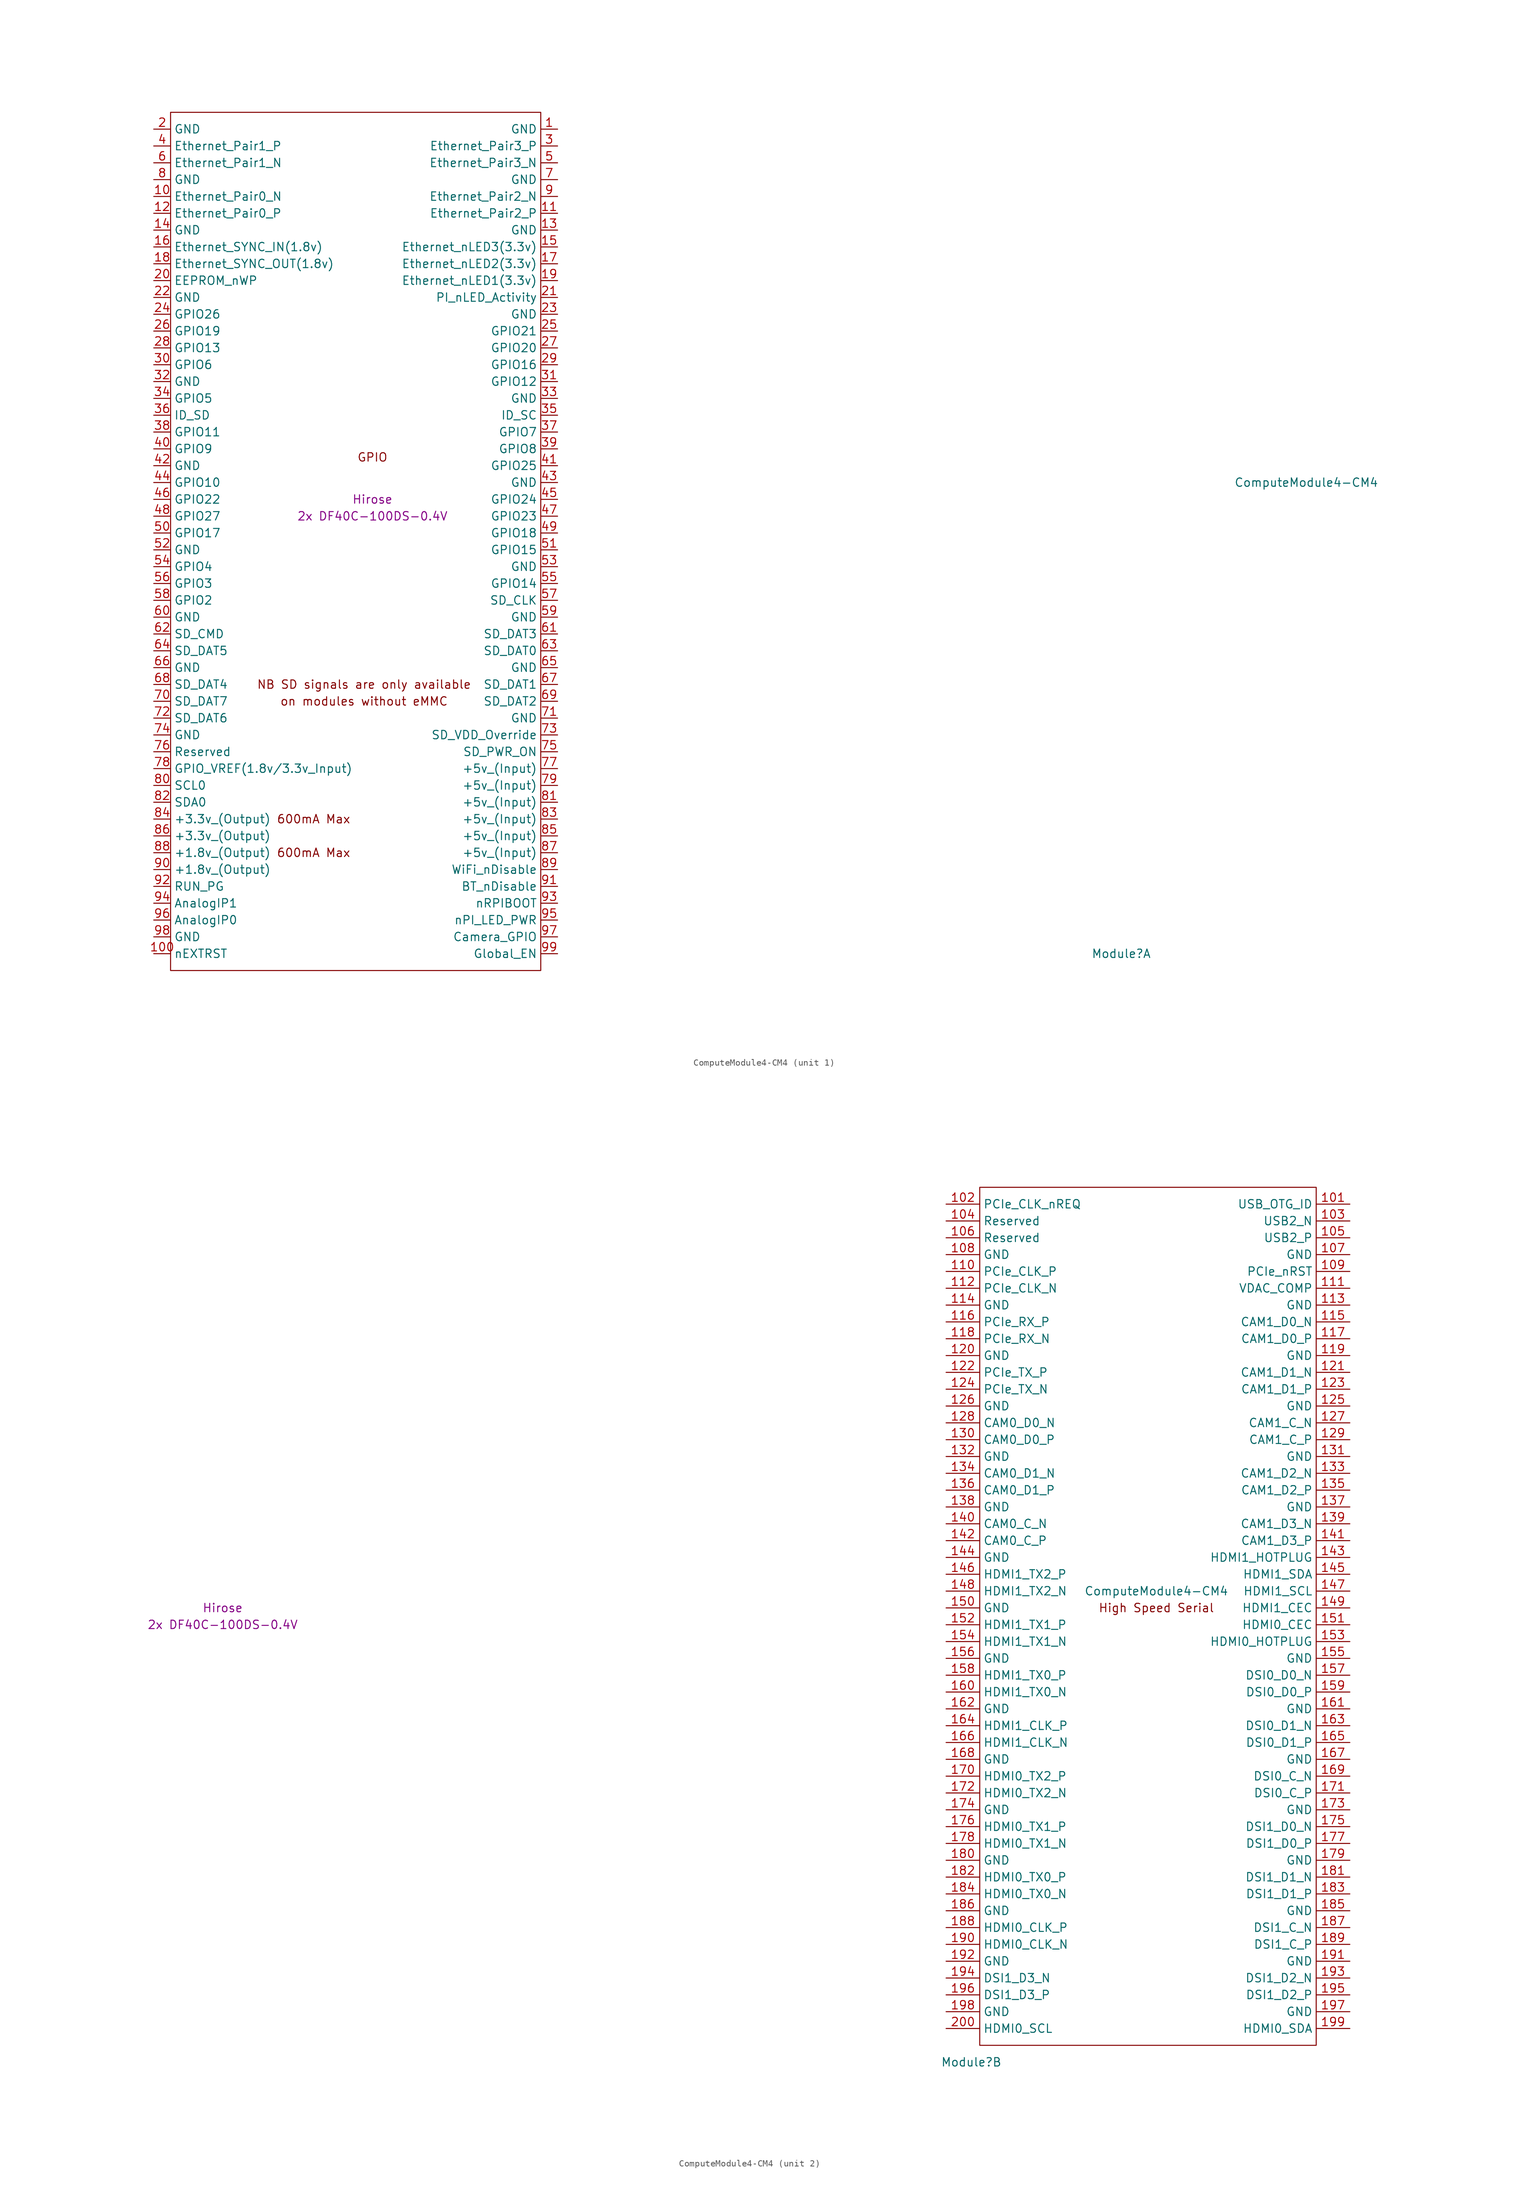
<source format=kicad_sym>
(kicad_symbol_lib
  (version 20201005)
  (generator kicad_symbol_editor)
  (symbol "CM4IO:ComputeModule4-CM4"
    (property "Reference" "Module"
      (at 113.03 -68.58 0)
      (effects (font (size 1.27 1.27))))
    (property "Value" "ComputeModule4-CM4"
      (at 140.97 2.54 0)
      (effects (font (size 1.27 1.27))))
    (property "Field4" "Hirose"
      (at 0 0 0)
      (effects (font (size 1.27 1.27))))
    (property "Field5" "2x DF40C-100DS-0.4V"
      (at 0 -2.54 0)
      (effects (font (size 1.27 1.27))))
    (symbol "ComputeModule4-CM4_1_0"
      (text "GPIO" (at 0 6.35 0) (effects (font (size 1.27 1.27)))))
    (symbol "ComputeModule4-CM4_1_1"
      (text "600mA Max" (at -8.89 -53.34 0) (effects (font (size 1.27 1.27))))
      (text "600mA Max" (at -8.89 -48.26 0) (effects (font (size 1.27 1.27))))
      (text "NB SD signals are only available" (at -1.27 -27.94 0) (effects (font (size 1.27 1.27))))
      (text "on modules without eMMC" (at -1.27 -30.48 0) (effects (font (size 1.27 1.27))))
      (rectangle (start -30.48 -71.12) (end 25.4 58.42) (stroke (width 0)) (fill (type none)))
      (pin power_in line (at 27.94 55.88 180) (length 2.54) (name "GND" (effects (font (size 1.27 1.27)))) (number "1" (effects (font (size 1.27 1.27)))))
      (pin passive line (at -33.02 45.72 0) (length 2.54) (name "Ethernet_Pair0_N" (effects (font (size 1.27 1.27)))) (number "10" (effects (font (size 1.27 1.27)))))
      (pin output line (at -33.02 -68.58 0) (length 2.54) (name "nEXTRST" (effects (font (size 1.27 1.27)))) (number "100" (effects (font (size 1.27 1.27)))))
      (pin passive line (at 27.94 43.18 180) (length 2.54) (name "Ethernet_Pair2_P" (effects (font (size 1.27 1.27)))) (number "11" (effects (font (size 1.27 1.27)))))
      (pin passive line (at -33.02 43.18 0) (length 2.54) (name "Ethernet_Pair0_P" (effects (font (size 1.27 1.27)))) (number "12" (effects (font (size 1.27 1.27)))))
      (pin power_in line (at 27.94 40.64 180) (length 2.54) (name "GND" (effects (font (size 1.27 1.27)))) (number "13" (effects (font (size 1.27 1.27)))))
      (pin power_in line (at -33.02 40.64 0) (length 2.54) (name "GND" (effects (font (size 1.27 1.27)))) (number "14" (effects (font (size 1.27 1.27)))))
      (pin output line (at 27.94 38.1 180) (length 2.54) (name "Ethernet_nLED3(3.3v)" (effects (font (size 1.27 1.27)))) (number "15" (effects (font (size 1.27 1.27)))))
      (pin input line (at -33.02 38.1 0) (length 2.54) (name "Ethernet_SYNC_IN(1.8v)" (effects (font (size 1.27 1.27)))) (number "16" (effects (font (size 1.27 1.27)))))
      (pin output line (at 27.94 35.56 180) (length 2.54) (name "Ethernet_nLED2(3.3v)" (effects (font (size 1.27 1.27)))) (number "17" (effects (font (size 1.27 1.27)))))
      (pin input line (at -33.02 35.56 0) (length 2.54) (name "Ethernet_SYNC_OUT(1.8v)" (effects (font (size 1.27 1.27)))) (number "18" (effects (font (size 1.27 1.27)))))
      (pin output line (at 27.94 33.02 180) (length 2.54) (name "Ethernet_nLED1(3.3v)" (effects (font (size 1.27 1.27)))) (number "19" (effects (font (size 1.27 1.27)))))
      (pin power_in line (at -33.02 55.88 0) (length 2.54) (name "GND" (effects (font (size 1.27 1.27)))) (number "2" (effects (font (size 1.27 1.27)))))
      (pin passive line (at -33.02 33.02 0) (length 2.54) (name "EEPROM_nWP" (effects (font (size 1.27 1.27)))) (number "20" (effects (font (size 1.27 1.27)))))
      (pin open_collector line (at 27.94 30.48 180) (length 2.54) (name "PI_nLED_Activity" (effects (font (size 1.27 1.27)))) (number "21" (effects (font (size 1.27 1.27)))))
      (pin power_in line (at -33.02 30.48 0) (length 2.54) (name "GND" (effects (font (size 1.27 1.27)))) (number "22" (effects (font (size 1.27 1.27)))))
      (pin power_in line (at 27.94 27.94 180) (length 2.54) (name "GND" (effects (font (size 1.27 1.27)))) (number "23" (effects (font (size 1.27 1.27)))))
      (pin passive line (at -33.02 27.94 0) (length 2.54) (name "GPIO26" (effects (font (size 1.27 1.27)))) (number "24" (effects (font (size 1.27 1.27)))))
      (pin passive line (at 27.94 25.4 180) (length 2.54) (name "GPIO21" (effects (font (size 1.27 1.27)))) (number "25" (effects (font (size 1.27 1.27)))))
      (pin passive line (at -33.02 25.4 0) (length 2.54) (name "GPIO19" (effects (font (size 1.27 1.27)))) (number "26" (effects (font (size 1.27 1.27)))))
      (pin passive line (at 27.94 22.86 180) (length 2.54) (name "GPIO20" (effects (font (size 1.27 1.27)))) (number "27" (effects (font (size 1.27 1.27)))))
      (pin passive line (at -33.02 22.86 0) (length 2.54) (name "GPIO13" (effects (font (size 1.27 1.27)))) (number "28" (effects (font (size 1.27 1.27)))))
      (pin passive line (at 27.94 20.32 180) (length 2.54) (name "GPIO16" (effects (font (size 1.27 1.27)))) (number "29" (effects (font (size 1.27 1.27)))))
      (pin passive line (at 27.94 53.34 180) (length 2.54) (name "Ethernet_Pair3_P" (effects (font (size 1.27 1.27)))) (number "3" (effects (font (size 1.27 1.27)))))
      (pin passive line (at -33.02 20.32 0) (length 2.54) (name "GPIO6" (effects (font (size 1.27 1.27)))) (number "30" (effects (font (size 1.27 1.27)))))
      (pin passive line (at 27.94 17.78 180) (length 2.54) (name "GPIO12" (effects (font (size 1.27 1.27)))) (number "31" (effects (font (size 1.27 1.27)))))
      (pin power_in line (at -33.02 17.78 0) (length 2.54) (name "GND" (effects (font (size 1.27 1.27)))) (number "32" (effects (font (size 1.27 1.27)))))
      (pin power_in line (at 27.94 15.24 180) (length 2.54) (name "GND" (effects (font (size 1.27 1.27)))) (number "33" (effects (font (size 1.27 1.27)))))
      (pin passive line (at -33.02 15.24 0) (length 2.54) (name "GPIO5" (effects (font (size 1.27 1.27)))) (number "34" (effects (font (size 1.27 1.27)))))
      (pin passive line (at 27.94 12.7 180) (length 2.54) (name "ID_SC" (effects (font (size 1.27 1.27)))) (number "35" (effects (font (size 1.27 1.27)))))
      (pin passive line (at -33.02 12.7 0) (length 2.54) (name "ID_SD" (effects (font (size 1.27 1.27)))) (number "36" (effects (font (size 1.27 1.27)))))
      (pin passive line (at 27.94 10.16 180) (length 2.54) (name "GPIO7" (effects (font (size 1.27 1.27)))) (number "37" (effects (font (size 1.27 1.27)))))
      (pin passive line (at -33.02 10.16 0) (length 2.54) (name "GPIO11" (effects (font (size 1.27 1.27)))) (number "38" (effects (font (size 1.27 1.27)))))
      (pin passive line (at 27.94 7.62 180) (length 2.54) (name "GPIO8" (effects (font (size 1.27 1.27)))) (number "39" (effects (font (size 1.27 1.27)))))
      (pin passive line (at -33.02 53.34 0) (length 2.54) (name "Ethernet_Pair1_P" (effects (font (size 1.27 1.27)))) (number "4" (effects (font (size 1.27 1.27)))))
      (pin passive line (at -33.02 7.62 0) (length 2.54) (name "GPIO9" (effects (font (size 1.27 1.27)))) (number "40" (effects (font (size 1.27 1.27)))))
      (pin passive line (at 27.94 5.08 180) (length 2.54) (name "GPIO25" (effects (font (size 1.27 1.27)))) (number "41" (effects (font (size 1.27 1.27)))))
      (pin power_in line (at -33.02 5.08 0) (length 2.54) (name "GND" (effects (font (size 1.27 1.27)))) (number "42" (effects (font (size 1.27 1.27)))))
      (pin power_in line (at 27.94 2.54 180) (length 2.54) (name "GND" (effects (font (size 1.27 1.27)))) (number "43" (effects (font (size 1.27 1.27)))))
      (pin passive line (at -33.02 2.54 0) (length 2.54) (name "GPIO10" (effects (font (size 1.27 1.27)))) (number "44" (effects (font (size 1.27 1.27)))))
      (pin passive line (at 27.94 0 180) (length 2.54) (name "GPIO24" (effects (font (size 1.27 1.27)))) (number "45" (effects (font (size 1.27 1.27)))))
      (pin passive line (at -33.02 0 0) (length 2.54) (name "GPIO22" (effects (font (size 1.27 1.27)))) (number "46" (effects (font (size 1.27 1.27)))))
      (pin passive line (at 27.94 -2.54 180) (length 2.54) (name "GPIO23" (effects (font (size 1.27 1.27)))) (number "47" (effects (font (size 1.27 1.27)))))
      (pin passive line (at -33.02 -2.54 0) (length 2.54) (name "GPIO27" (effects (font (size 1.27 1.27)))) (number "48" (effects (font (size 1.27 1.27)))))
      (pin passive line (at 27.94 -5.08 180) (length 2.54) (name "GPIO18" (effects (font (size 1.27 1.27)))) (number "49" (effects (font (size 1.27 1.27)))))
      (pin passive line (at 27.94 50.8 180) (length 2.54) (name "Ethernet_Pair3_N" (effects (font (size 1.27 1.27)))) (number "5" (effects (font (size 1.27 1.27)))))
      (pin passive line (at -33.02 -5.08 0) (length 2.54) (name "GPIO17" (effects (font (size 1.27 1.27)))) (number "50" (effects (font (size 1.27 1.27)))))
      (pin passive line (at 27.94 -7.62 180) (length 2.54) (name "GPIO15" (effects (font (size 1.27 1.27)))) (number "51" (effects (font (size 1.27 1.27)))))
      (pin power_in line (at -33.02 -7.62 0) (length 2.54) (name "GND" (effects (font (size 1.27 1.27)))) (number "52" (effects (font (size 1.27 1.27)))))
      (pin power_in line (at 27.94 -10.16 180) (length 2.54) (name "GND" (effects (font (size 1.27 1.27)))) (number "53" (effects (font (size 1.27 1.27)))))
      (pin passive line (at -33.02 -10.16 0) (length 2.54) (name "GPIO4" (effects (font (size 1.27 1.27)))) (number "54" (effects (font (size 1.27 1.27)))))
      (pin passive line (at 27.94 -12.7 180) (length 2.54) (name "GPIO14" (effects (font (size 1.27 1.27)))) (number "55" (effects (font (size 1.27 1.27)))))
      (pin passive line (at -33.02 -12.7 0) (length 2.54) (name "GPIO3" (effects (font (size 1.27 1.27)))) (number "56" (effects (font (size 1.27 1.27)))))
      (pin passive line (at 27.94 -15.24 180) (length 2.54) (name "SD_CLK" (effects (font (size 1.27 1.27)))) (number "57" (effects (font (size 1.27 1.27)))))
      (pin passive line (at -33.02 -15.24 0) (length 2.54) (name "GPIO2" (effects (font (size 1.27 1.27)))) (number "58" (effects (font (size 1.27 1.27)))))
      (pin power_in line (at 27.94 -17.78 180) (length 2.54) (name "GND" (effects (font (size 1.27 1.27)))) (number "59" (effects (font (size 1.27 1.27)))))
      (pin passive line (at -33.02 50.8 0) (length 2.54) (name "Ethernet_Pair1_N" (effects (font (size 1.27 1.27)))) (number "6" (effects (font (size 1.27 1.27)))))
      (pin power_in line (at -33.02 -17.78 0) (length 2.54) (name "GND" (effects (font (size 1.27 1.27)))) (number "60" (effects (font (size 1.27 1.27)))))
      (pin passive line (at 27.94 -20.32 180) (length 2.54) (name "SD_DAT3" (effects (font (size 1.27 1.27)))) (number "61" (effects (font (size 1.27 1.27)))))
      (pin passive line (at -33.02 -20.32 0) (length 2.54) (name "SD_CMD" (effects (font (size 1.27 1.27)))) (number "62" (effects (font (size 1.27 1.27)))))
      (pin passive line (at 27.94 -22.86 180) (length 2.54) (name "SD_DAT0" (effects (font (size 1.27 1.27)))) (number "63" (effects (font (size 1.27 1.27)))))
      (pin passive line (at -33.02 -22.86 0) (length 2.54) (name "SD_DAT5" (effects (font (size 1.27 1.27)))) (number "64" (effects (font (size 1.27 1.27)))))
      (pin power_in line (at 27.94 -25.4 180) (length 2.54) (name "GND" (effects (font (size 1.27 1.27)))) (number "65" (effects (font (size 1.27 1.27)))))
      (pin power_in line (at -33.02 -25.4 0) (length 2.54) (name "GND" (effects (font (size 1.27 1.27)))) (number "66" (effects (font (size 1.27 1.27)))))
      (pin passive line (at 27.94 -27.94 180) (length 2.54) (name "SD_DAT1" (effects (font (size 1.27 1.27)))) (number "67" (effects (font (size 1.27 1.27)))))
      (pin passive line (at -33.02 -27.94 0) (length 2.54) (name "SD_DAT4" (effects (font (size 1.27 1.27)))) (number "68" (effects (font (size 1.27 1.27)))))
      (pin passive line (at 27.94 -30.48 180) (length 2.54) (name "SD_DAT2" (effects (font (size 1.27 1.27)))) (number "69" (effects (font (size 1.27 1.27)))))
      (pin power_in line (at 27.94 48.26 180) (length 2.54) (name "GND" (effects (font (size 1.27 1.27)))) (number "7" (effects (font (size 1.27 1.27)))))
      (pin passive line (at -33.02 -30.48 0) (length 2.54) (name "SD_DAT7" (effects (font (size 1.27 1.27)))) (number "70" (effects (font (size 1.27 1.27)))))
      (pin power_in line (at 27.94 -33.02 180) (length 2.54) (name "GND" (effects (font (size 1.27 1.27)))) (number "71" (effects (font (size 1.27 1.27)))))
      (pin passive line (at -33.02 -33.02 0) (length 2.54) (name "SD_DAT6" (effects (font (size 1.27 1.27)))) (number "72" (effects (font (size 1.27 1.27)))))
      (pin input line (at 27.94 -35.56 180) (length 2.54) (name "SD_VDD_Override" (effects (font (size 1.27 1.27)))) (number "73" (effects (font (size 1.27 1.27)))))
      (pin power_in line (at -33.02 -35.56 0) (length 2.54) (name "GND" (effects (font (size 1.27 1.27)))) (number "74" (effects (font (size 1.27 1.27)))))
      (pin output line (at 27.94 -38.1 180) (length 2.54) (name "SD_PWR_ON" (effects (font (size 1.27 1.27)))) (number "75" (effects (font (size 1.27 1.27)))))
      (pin passive line (at -33.02 -38.1 0) (length 2.54) (name "Reserved" (effects (font (size 1.27 1.27)))) (number "76" (effects (font (size 1.27 1.27)))))
      (pin power_in line (at 27.94 -40.64 180) (length 2.54) (name "+5v_(Input)" (effects (font (size 1.27 1.27)))) (number "77" (effects (font (size 1.27 1.27)))))
      (pin power_in line (at -33.02 -40.64 0) (length 2.54) (name "GPIO_VREF(1.8v/3.3v_Input)" (effects (font (size 1.27 1.27)))) (number "78" (effects (font (size 1.27 1.27)))))
      (pin power_in line (at 27.94 -43.18 180) (length 2.54) (name "+5v_(Input)" (effects (font (size 1.27 1.27)))) (number "79" (effects (font (size 1.27 1.27)))))
      (pin power_in line (at -33.02 48.26 0) (length 2.54) (name "GND" (effects (font (size 1.27 1.27)))) (number "8" (effects (font (size 1.27 1.27)))))
      (pin passive line (at -33.02 -43.18 0) (length 2.54) (name "SCL0" (effects (font (size 1.27 1.27)))) (number "80" (effects (font (size 1.27 1.27)))))
      (pin power_in line (at 27.94 -45.72 180) (length 2.54) (name "+5v_(Input)" (effects (font (size 1.27 1.27)))) (number "81" (effects (font (size 1.27 1.27)))))
      (pin passive line (at -33.02 -45.72 0) (length 2.54) (name "SDA0" (effects (font (size 1.27 1.27)))) (number "82" (effects (font (size 1.27 1.27)))))
      (pin power_in line (at 27.94 -48.26 180) (length 2.54) (name "+5v_(Input)" (effects (font (size 1.27 1.27)))) (number "83" (effects (font (size 1.27 1.27)))))
      (pin power_out line (at -33.02 -48.26 0) (length 2.54) (name "+3.3v_(Output)" (effects (font (size 1.27 1.27)))) (number "84" (effects (font (size 1.27 1.27)))))
      (pin power_in line (at 27.94 -50.8 180) (length 2.54) (name "+5v_(Input)" (effects (font (size 1.27 1.27)))) (number "85" (effects (font (size 1.27 1.27)))))
      (pin power_out line (at -33.02 -50.8 0) (length 2.54) (name "+3.3v_(Output)" (effects (font (size 1.27 1.27)))) (number "86" (effects (font (size 1.27 1.27)))))
      (pin power_in line (at 27.94 -53.34 180) (length 2.54) (name "+5v_(Input)" (effects (font (size 1.27 1.27)))) (number "87" (effects (font (size 1.27 1.27)))))
      (pin power_out line (at -33.02 -53.34 0) (length 2.54) (name "+1.8v_(Output)" (effects (font (size 1.27 1.27)))) (number "88" (effects (font (size 1.27 1.27)))))
      (pin power_in line (at 27.94 -55.88 180) (length 2.54) (name "WiFi_nDisable" (effects (font (size 1.27 1.27)))) (number "89" (effects (font (size 1.27 1.27)))))
      (pin passive line (at 27.94 45.72 180) (length 2.54) (name "Ethernet_Pair2_N" (effects (font (size 1.27 1.27)))) (number "9" (effects (font (size 1.27 1.27)))))
      (pin power_out line (at -33.02 -55.88 0) (length 2.54) (name "+1.8v_(Output)" (effects (font (size 1.27 1.27)))) (number "90" (effects (font (size 1.27 1.27)))))
      (pin power_in line (at 27.94 -58.42 180) (length 2.54) (name "BT_nDisable" (effects (font (size 1.27 1.27)))) (number "91" (effects (font (size 1.27 1.27)))))
      (pin passive line (at -33.02 -58.42 0) (length 2.54) (name "RUN_PG" (effects (font (size 1.27 1.27)))) (number "92" (effects (font (size 1.27 1.27)))))
      (pin input line (at 27.94 -60.96 180) (length 2.54) (name "nRPIBOOT" (effects (font (size 1.27 1.27)))) (number "93" (effects (font (size 1.27 1.27)))))
      (pin passive line (at -33.02 -60.96 0) (length 2.54) (name "AnalogIP1" (effects (font (size 1.27 1.27)))) (number "94" (effects (font (size 1.27 1.27)))))
      (pin output line (at 27.94 -63.5 180) (length 2.54) (name "nPI_LED_PWR" (effects (font (size 1.27 1.27)))) (number "95" (effects (font (size 1.27 1.27)))))
      (pin passive line (at -33.02 -63.5 0) (length 2.54) (name "AnalogIP0" (effects (font (size 1.27 1.27)))) (number "96" (effects (font (size 1.27 1.27)))))
      (pin passive line (at 27.94 -66.04 180) (length 2.54) (name "Camera_GPIO" (effects (font (size 1.27 1.27)))) (number "97" (effects (font (size 1.27 1.27)))))
      (pin power_in line (at -33.02 -66.04 0) (length 2.54) (name "GND" (effects (font (size 1.27 1.27)))) (number "98" (effects (font (size 1.27 1.27)))))
      (pin input line (at 27.94 -68.58 180) (length 2.54) (name "Global_EN" (effects (font (size 1.27 1.27)))) (number "99" (effects (font (size 1.27 1.27))))))
    (symbol "ComputeModule4-CM4_2_1"
      (text "High Speed Serial" (at 140.97 0 0) (effects (font (size 1.27 1.27))))
      (rectangle (start 114.3 -66.04) (end 165.1 63.5) (stroke (width 0)) (fill (type none)))
      (pin input line (at 170.18 60.96 180) (length 5.08) (name "USB_OTG_ID" (effects (font (size 1.27 1.27)))) (number "101" (effects (font (size 1.27 1.27)))))
      (pin input line (at 109.22 60.96 0) (length 5.08) (name "PCIe_CLK_nREQ" (effects (font (size 1.27 1.27)))) (number "102" (effects (font (size 1.27 1.27)))))
      (pin passive line (at 170.18 58.42 180) (length 5.08) (name "USB2_N" (effects (font (size 1.27 1.27)))) (number "103" (effects (font (size 1.27 1.27)))))
      (pin passive line (at 109.22 58.42 0) (length 5.08) (name "Reserved" (effects (font (size 1.27 1.27)))) (number "104" (effects (font (size 1.27 1.27)))))
      (pin passive line (at 170.18 55.88 180) (length 5.08) (name "USB2_P" (effects (font (size 1.27 1.27)))) (number "105" (effects (font (size 1.27 1.27)))))
      (pin passive line (at 109.22 55.88 0) (length 5.08) (name "Reserved" (effects (font (size 1.27 1.27)))) (number "106" (effects (font (size 1.27 1.27)))))
      (pin power_in line (at 170.18 53.34 180) (length 5.08) (name "GND" (effects (font (size 1.27 1.27)))) (number "107" (effects (font (size 1.27 1.27)))))
      (pin power_in line (at 109.22 53.34 0) (length 5.08) (name "GND" (effects (font (size 1.27 1.27)))) (number "108" (effects (font (size 1.27 1.27)))))
      (pin bidirectional line (at 170.18 50.8 180) (length 5.08) (name "PCIe_nRST" (effects (font (size 1.27 1.27)))) (number "109" (effects (font (size 1.27 1.27)))))
      (pin output line (at 109.22 50.8 0) (length 5.08) (name "PCIe_CLK_P" (effects (font (size 1.27 1.27)))) (number "110" (effects (font (size 1.27 1.27)))))
      (pin passive line (at 170.18 48.26 180) (length 5.08) (name "VDAC_COMP" (effects (font (size 1.27 1.27)))) (number "111" (effects (font (size 1.27 1.27)))))
      (pin output line (at 109.22 48.26 0) (length 5.08) (name "PCIe_CLK_N" (effects (font (size 1.27 1.27)))) (number "112" (effects (font (size 1.27 1.27)))))
      (pin power_in line (at 170.18 45.72 180) (length 5.08) (name "GND" (effects (font (size 1.27 1.27)))) (number "113" (effects (font (size 1.27 1.27)))))
      (pin power_in line (at 109.22 45.72 0) (length 5.08) (name "GND" (effects (font (size 1.27 1.27)))) (number "114" (effects (font (size 1.27 1.27)))))
      (pin input line (at 170.18 43.18 180) (length 5.08) (name "CAM1_D0_N" (effects (font (size 1.27 1.27)))) (number "115" (effects (font (size 1.27 1.27)))))
      (pin input line (at 109.22 43.18 0) (length 5.08) (name "PCIe_RX_P" (effects (font (size 1.27 1.27)))) (number "116" (effects (font (size 1.27 1.27)))))
      (pin input line (at 170.18 40.64 180) (length 5.08) (name "CAM1_D0_P" (effects (font (size 1.27 1.27)))) (number "117" (effects (font (size 1.27 1.27)))))
      (pin input line (at 109.22 40.64 0) (length 5.08) (name "PCIe_RX_N" (effects (font (size 1.27 1.27)))) (number "118" (effects (font (size 1.27 1.27)))))
      (pin power_in line (at 170.18 38.1 180) (length 5.08) (name "GND" (effects (font (size 1.27 1.27)))) (number "119" (effects (font (size 1.27 1.27)))))
      (pin power_in line (at 109.22 38.1 0) (length 5.08) (name "GND" (effects (font (size 1.27 1.27)))) (number "120" (effects (font (size 1.27 1.27)))))
      (pin input line (at 170.18 35.56 180) (length 5.08) (name "CAM1_D1_N" (effects (font (size 1.27 1.27)))) (number "121" (effects (font (size 1.27 1.27)))))
      (pin output line (at 109.22 35.56 0) (length 5.08) (name "PCIe_TX_P" (effects (font (size 1.27 1.27)))) (number "122" (effects (font (size 1.27 1.27)))))
      (pin input line (at 170.18 33.02 180) (length 5.08) (name "CAM1_D1_P" (effects (font (size 1.27 1.27)))) (number "123" (effects (font (size 1.27 1.27)))))
      (pin output line (at 109.22 33.02 0) (length 5.08) (name "PCIe_TX_N" (effects (font (size 1.27 1.27)))) (number "124" (effects (font (size 1.27 1.27)))))
      (pin power_in line (at 170.18 30.48 180) (length 5.08) (name "GND" (effects (font (size 1.27 1.27)))) (number "125" (effects (font (size 1.27 1.27)))))
      (pin power_in line (at 109.22 30.48 0) (length 5.08) (name "GND" (effects (font (size 1.27 1.27)))) (number "126" (effects (font (size 1.27 1.27)))))
      (pin input line (at 170.18 27.94 180) (length 5.08) (name "CAM1_C_N" (effects (font (size 1.27 1.27)))) (number "127" (effects (font (size 1.27 1.27)))))
      (pin input line (at 109.22 27.94 0) (length 5.08) (name "CAM0_D0_N" (effects (font (size 1.27 1.27)))) (number "128" (effects (font (size 1.27 1.27)))))
      (pin input line (at 170.18 25.4 180) (length 5.08) (name "CAM1_C_P" (effects (font (size 1.27 1.27)))) (number "129" (effects (font (size 1.27 1.27)))))
      (pin input line (at 109.22 25.4 0) (length 5.08) (name "CAM0_D0_P" (effects (font (size 1.27 1.27)))) (number "130" (effects (font (size 1.27 1.27)))))
      (pin power_in line (at 170.18 22.86 180) (length 5.08) (name "GND" (effects (font (size 1.27 1.27)))) (number "131" (effects (font (size 1.27 1.27)))))
      (pin power_in line (at 109.22 22.86 0) (length 5.08) (name "GND" (effects (font (size 1.27 1.27)))) (number "132" (effects (font (size 1.27 1.27)))))
      (pin input line (at 170.18 20.32 180) (length 5.08) (name "CAM1_D2_N" (effects (font (size 1.27 1.27)))) (number "133" (effects (font (size 1.27 1.27)))))
      (pin input line (at 109.22 20.32 0) (length 5.08) (name "CAM0_D1_N" (effects (font (size 1.27 1.27)))) (number "134" (effects (font (size 1.27 1.27)))))
      (pin input line (at 170.18 17.78 180) (length 5.08) (name "CAM1_D2_P" (effects (font (size 1.27 1.27)))) (number "135" (effects (font (size 1.27 1.27)))))
      (pin input line (at 109.22 17.78 0) (length 5.08) (name "CAM0_D1_P" (effects (font (size 1.27 1.27)))) (number "136" (effects (font (size 1.27 1.27)))))
      (pin power_in line (at 170.18 15.24 180) (length 5.08) (name "GND" (effects (font (size 1.27 1.27)))) (number "137" (effects (font (size 1.27 1.27)))))
      (pin power_in line (at 109.22 15.24 0) (length 5.08) (name "GND" (effects (font (size 1.27 1.27)))) (number "138" (effects (font (size 1.27 1.27)))))
      (pin input line (at 170.18 12.7 180) (length 5.08) (name "CAM1_D3_N" (effects (font (size 1.27 1.27)))) (number "139" (effects (font (size 1.27 1.27)))))
      (pin input line (at 109.22 12.7 0) (length 5.08) (name "CAM0_C_N" (effects (font (size 1.27 1.27)))) (number "140" (effects (font (size 1.27 1.27)))))
      (pin input line (at 170.18 10.16 180) (length 5.08) (name "CAM1_D3_P" (effects (font (size 1.27 1.27)))) (number "141" (effects (font (size 1.27 1.27)))))
      (pin input line (at 109.22 10.16 0) (length 5.08) (name "CAM0_C_P" (effects (font (size 1.27 1.27)))) (number "142" (effects (font (size 1.27 1.27)))))
      (pin input line (at 170.18 7.62 180) (length 5.08) (name "HDMI1_HOTPLUG" (effects (font (size 1.27 1.27)))) (number "143" (effects (font (size 1.27 1.27)))))
      (pin power_in line (at 109.22 7.62 0) (length 5.08) (name "GND" (effects (font (size 1.27 1.27)))) (number "144" (effects (font (size 1.27 1.27)))))
      (pin bidirectional line (at 170.18 5.08 180) (length 5.08) (name "HDMI1_SDA" (effects (font (size 1.27 1.27)))) (number "145" (effects (font (size 1.27 1.27)))))
      (pin output line (at 109.22 5.08 0) (length 5.08) (name "HDMI1_TX2_P" (effects (font (size 1.27 1.27)))) (number "146" (effects (font (size 1.27 1.27)))))
      (pin open_collector line (at 170.18 2.54 180) (length 5.08) (name "HDMI1_SCL" (effects (font (size 1.27 1.27)))) (number "147" (effects (font (size 1.27 1.27)))))
      (pin output line (at 109.22 2.54 0) (length 5.08) (name "HDMI1_TX2_N" (effects (font (size 1.27 1.27)))) (number "148" (effects (font (size 1.27 1.27)))))
      (pin open_collector line (at 170.18 0 180) (length 5.08) (name "HDMI1_CEC" (effects (font (size 1.27 1.27)))) (number "149" (effects (font (size 1.27 1.27)))))
      (pin power_in line (at 109.22 0 0) (length 5.08) (name "GND" (effects (font (size 1.27 1.27)))) (number "150" (effects (font (size 1.27 1.27)))))
      (pin open_collector line (at 170.18 -2.54 180) (length 5.08) (name "HDMI0_CEC" (effects (font (size 1.27 1.27)))) (number "151" (effects (font (size 1.27 1.27)))))
      (pin output line (at 109.22 -2.54 0) (length 5.08) (name "HDMI1_TX1_P" (effects (font (size 1.27 1.27)))) (number "152" (effects (font (size 1.27 1.27)))))
      (pin input line (at 170.18 -5.08 180) (length 5.08) (name "HDMI0_HOTPLUG" (effects (font (size 1.27 1.27)))) (number "153" (effects (font (size 1.27 1.27)))))
      (pin output line (at 109.22 -5.08 0) (length 5.08) (name "HDMI1_TX1_N" (effects (font (size 1.27 1.27)))) (number "154" (effects (font (size 1.27 1.27)))))
      (pin power_in line (at 170.18 -7.62 180) (length 5.08) (name "GND" (effects (font (size 1.27 1.27)))) (number "155" (effects (font (size 1.27 1.27)))))
      (pin power_in line (at 109.22 -7.62 0) (length 5.08) (name "GND" (effects (font (size 1.27 1.27)))) (number "156" (effects (font (size 1.27 1.27)))))
      (pin output line (at 170.18 -10.16 180) (length 5.08) (name "DSI0_D0_N" (effects (font (size 1.27 1.27)))) (number "157" (effects (font (size 1.27 1.27)))))
      (pin output line (at 109.22 -10.16 0) (length 5.08) (name "HDMI1_TX0_P" (effects (font (size 1.27 1.27)))) (number "158" (effects (font (size 1.27 1.27)))))
      (pin output line (at 170.18 -12.7 180) (length 5.08) (name "DSI0_D0_P" (effects (font (size 1.27 1.27)))) (number "159" (effects (font (size 1.27 1.27)))))
      (pin output line (at 109.22 -12.7 0) (length 5.08) (name "HDMI1_TX0_N" (effects (font (size 1.27 1.27)))) (number "160" (effects (font (size 1.27 1.27)))))
      (pin power_in line (at 170.18 -15.24 180) (length 5.08) (name "GND" (effects (font (size 1.27 1.27)))) (number "161" (effects (font (size 1.27 1.27)))))
      (pin power_in line (at 109.22 -15.24 0) (length 5.08) (name "GND" (effects (font (size 1.27 1.27)))) (number "162" (effects (font (size 1.27 1.27)))))
      (pin output line (at 170.18 -17.78 180) (length 5.08) (name "DSI0_D1_N" (effects (font (size 1.27 1.27)))) (number "163" (effects (font (size 1.27 1.27)))))
      (pin output line (at 109.22 -17.78 0) (length 5.08) (name "HDMI1_CLK_P" (effects (font (size 1.27 1.27)))) (number "164" (effects (font (size 1.27 1.27)))))
      (pin output line (at 170.18 -20.32 180) (length 5.08) (name "DSI0_D1_P" (effects (font (size 1.27 1.27)))) (number "165" (effects (font (size 1.27 1.27)))))
      (pin output line (at 109.22 -20.32 0) (length 5.08) (name "HDMI1_CLK_N" (effects (font (size 1.27 1.27)))) (number "166" (effects (font (size 1.27 1.27)))))
      (pin power_in line (at 170.18 -22.86 180) (length 5.08) (name "GND" (effects (font (size 1.27 1.27)))) (number "167" (effects (font (size 1.27 1.27)))))
      (pin power_in line (at 109.22 -22.86 0) (length 5.08) (name "GND" (effects (font (size 1.27 1.27)))) (number "168" (effects (font (size 1.27 1.27)))))
      (pin output line (at 170.18 -25.4 180) (length 5.08) (name "DSI0_C_N" (effects (font (size 1.27 1.27)))) (number "169" (effects (font (size 1.27 1.27)))))
      (pin output line (at 109.22 -25.4 0) (length 5.08) (name "HDMI0_TX2_P" (effects (font (size 1.27 1.27)))) (number "170" (effects (font (size 1.27 1.27)))))
      (pin output line (at 170.18 -27.94 180) (length 5.08) (name "DSI0_C_P" (effects (font (size 1.27 1.27)))) (number "171" (effects (font (size 1.27 1.27)))))
      (pin output line (at 109.22 -27.94 0) (length 5.08) (name "HDMI0_TX2_N" (effects (font (size 1.27 1.27)))) (number "172" (effects (font (size 1.27 1.27)))))
      (pin power_in line (at 170.18 -30.48 180) (length 5.08) (name "GND" (effects (font (size 1.27 1.27)))) (number "173" (effects (font (size 1.27 1.27)))))
      (pin power_in line (at 109.22 -30.48 0) (length 5.08) (name "GND" (effects (font (size 1.27 1.27)))) (number "174" (effects (font (size 1.27 1.27)))))
      (pin output line (at 170.18 -33.02 180) (length 5.08) (name "DSI1_D0_N" (effects (font (size 1.27 1.27)))) (number "175" (effects (font (size 1.27 1.27)))))
      (pin output line (at 109.22 -33.02 0) (length 5.08) (name "HDMI0_TX1_P" (effects (font (size 1.27 1.27)))) (number "176" (effects (font (size 1.27 1.27)))))
      (pin output line (at 170.18 -35.56 180) (length 5.08) (name "DSI1_D0_P" (effects (font (size 1.27 1.27)))) (number "177" (effects (font (size 1.27 1.27)))))
      (pin output line (at 109.22 -35.56 0) (length 5.08) (name "HDMI0_TX1_N" (effects (font (size 1.27 1.27)))) (number "178" (effects (font (size 1.27 1.27)))))
      (pin power_in line (at 170.18 -38.1 180) (length 5.08) (name "GND" (effects (font (size 1.27 1.27)))) (number "179" (effects (font (size 1.27 1.27)))))
      (pin power_in line (at 109.22 -38.1 0) (length 5.08) (name "GND" (effects (font (size 1.27 1.27)))) (number "180" (effects (font (size 1.27 1.27)))))
      (pin output line (at 170.18 -40.64 180) (length 5.08) (name "DSI1_D1_N" (effects (font (size 1.27 1.27)))) (number "181" (effects (font (size 1.27 1.27)))))
      (pin output line (at 109.22 -40.64 0) (length 5.08) (name "HDMI0_TX0_P" (effects (font (size 1.27 1.27)))) (number "182" (effects (font (size 1.27 1.27)))))
      (pin output line (at 170.18 -43.18 180) (length 5.08) (name "DSI1_D1_P" (effects (font (size 1.27 1.27)))) (number "183" (effects (font (size 1.27 1.27)))))
      (pin output line (at 109.22 -43.18 0) (length 5.08) (name "HDMI0_TX0_N" (effects (font (size 1.27 1.27)))) (number "184" (effects (font (size 1.27 1.27)))))
      (pin power_in line (at 170.18 -45.72 180) (length 5.08) (name "GND" (effects (font (size 1.27 1.27)))) (number "185" (effects (font (size 1.27 1.27)))))
      (pin power_in line (at 109.22 -45.72 0) (length 5.08) (name "GND" (effects (font (size 1.27 1.27)))) (number "186" (effects (font (size 1.27 1.27)))))
      (pin output line (at 170.18 -48.26 180) (length 5.08) (name "DSI1_C_N" (effects (font (size 1.27 1.27)))) (number "187" (effects (font (size 1.27 1.27)))))
      (pin output line (at 109.22 -48.26 0) (length 5.08) (name "HDMI0_CLK_P" (effects (font (size 1.27 1.27)))) (number "188" (effects (font (size 1.27 1.27)))))
      (pin output line (at 170.18 -50.8 180) (length 5.08) (name "DSI1_C_P" (effects (font (size 1.27 1.27)))) (number "189" (effects (font (size 1.27 1.27)))))
      (pin output line (at 109.22 -50.8 0) (length 5.08) (name "HDMI0_CLK_N" (effects (font (size 1.27 1.27)))) (number "190" (effects (font (size 1.27 1.27)))))
      (pin power_in line (at 170.18 -53.34 180) (length 5.08) (name "GND" (effects (font (size 1.27 1.27)))) (number "191" (effects (font (size 1.27 1.27)))))
      (pin power_in line (at 109.22 -53.34 0) (length 5.08) (name "GND" (effects (font (size 1.27 1.27)))) (number "192" (effects (font (size 1.27 1.27)))))
      (pin output line (at 170.18 -55.88 180) (length 5.08) (name "DSI1_D2_N" (effects (font (size 1.27 1.27)))) (number "193" (effects (font (size 1.27 1.27)))))
      (pin output line (at 109.22 -55.88 0) (length 5.08) (name "DSI1_D3_N" (effects (font (size 1.27 1.27)))) (number "194" (effects (font (size 1.27 1.27)))))
      (pin output line (at 170.18 -58.42 180) (length 5.08) (name "DSI1_D2_P" (effects (font (size 1.27 1.27)))) (number "195" (effects (font (size 1.27 1.27)))))
      (pin output line (at 109.22 -58.42 0) (length 5.08) (name "DSI1_D3_P" (effects (font (size 1.27 1.27)))) (number "196" (effects (font (size 1.27 1.27)))))
      (pin power_in line (at 170.18 -60.96 180) (length 5.08) (name "GND" (effects (font (size 1.27 1.27)))) (number "197" (effects (font (size 1.27 1.27)))))
      (pin power_in line (at 109.22 -60.96 0) (length 5.08) (name "GND" (effects (font (size 1.27 1.27)))) (number "198" (effects (font (size 1.27 1.27)))))
      (pin bidirectional line (at 170.18 -63.5 180) (length 5.08) (name "HDMI0_SDA" (effects (font (size 1.27 1.27)))) (number "199" (effects (font (size 1.27 1.27)))))
      (pin open_collector line (at 109.22 -63.5 0) (length 5.08) (name "HDMI0_SCL" (effects (font (size 1.27 1.27)))) (number "200" (effects (font (size 1.27 1.27))))))))
</source>
